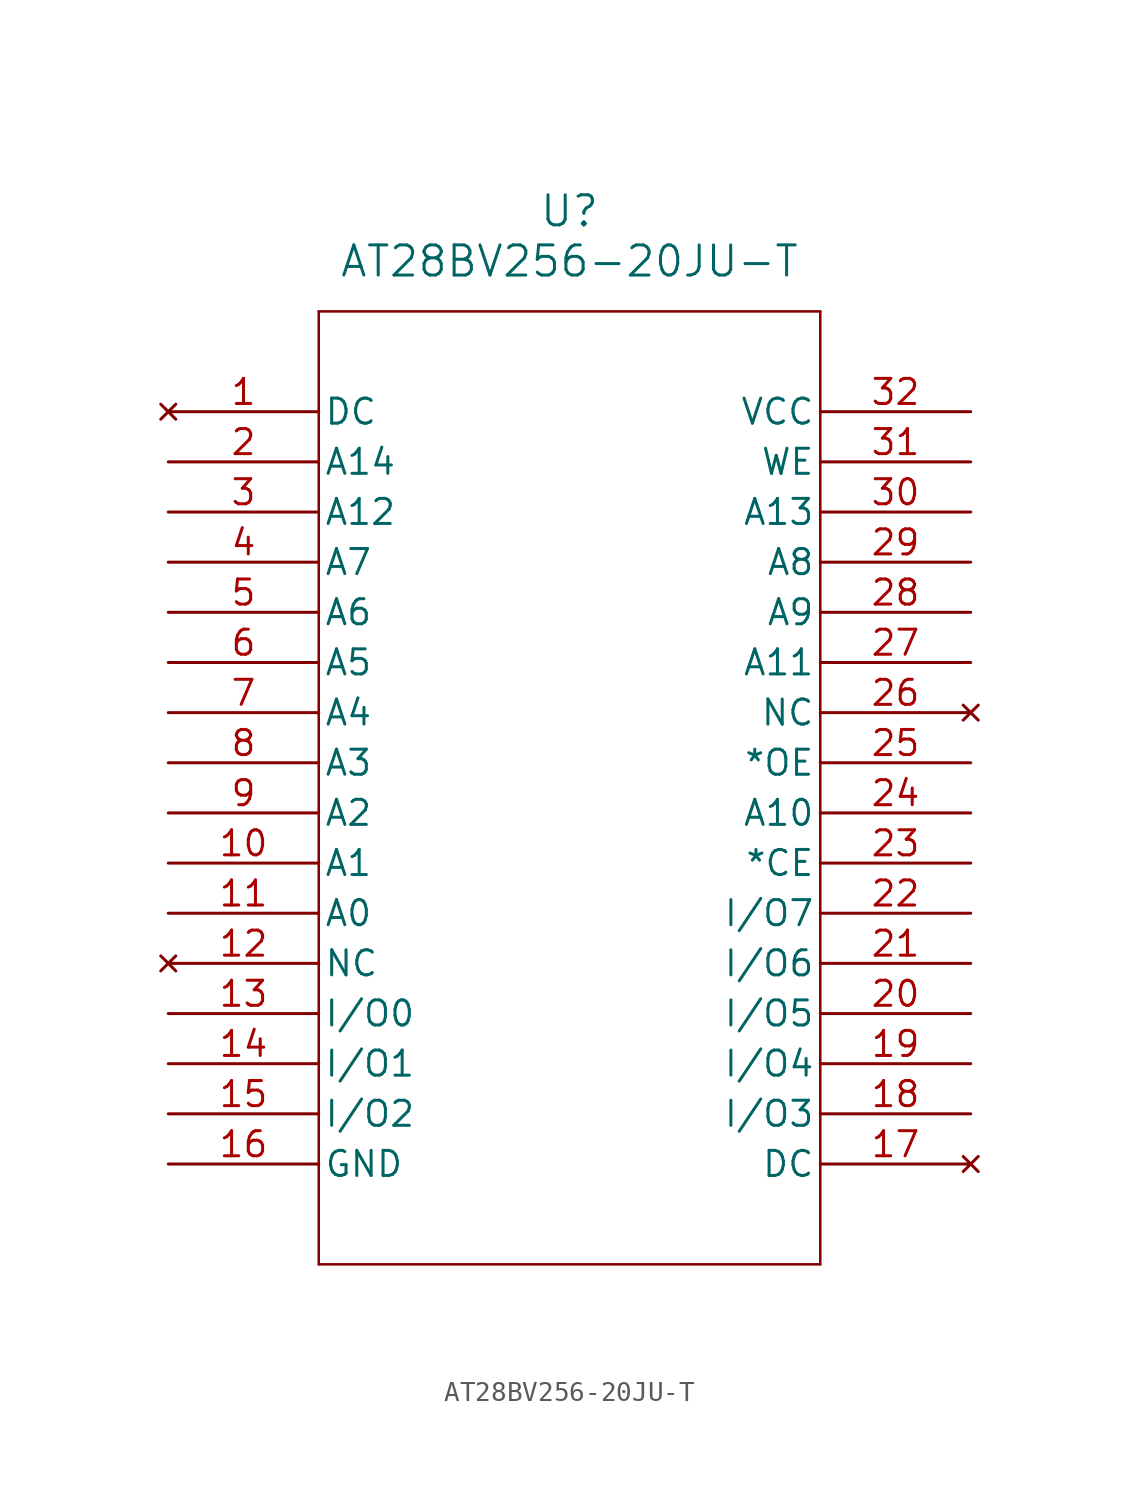
<source format=kicad_sym>
(kicad_symbol_lib
  (version 20211014)
  (generator kicad_symbol_editor)
  (symbol "AT28BV256-20JU-T"
    (pin_names
      (offset 0.254))
    (property "Reference" "U"
      (at 20.32 10.16 0)
      (effects (font (size 1.524 1.524))))
    (property "Value" "AT28BV256-20JU-T"
      (at 20.32 7.62 0)
      (effects (font (size 1.524 1.524))))
    (symbol "AT28BV256-20JU-T_0_1"
      (polyline (pts (xy 7.62 5.08) (xy 7.62 -43.18)) (stroke (width 0.127) (type default) (color 0 0 0 0)) (fill (type none)))
      (polyline (pts (xy 7.62 -43.18) (xy 33.02 -43.18)) (stroke (width 0.127) (type default) (color 0 0 0 0)) (fill (type none)))
      (polyline (pts (xy 33.02 -43.18) (xy 33.02 5.08)) (stroke (width 0.127) (type default) (color 0 0 0 0)) (fill (type none)))
      (polyline (pts (xy 33.02 5.08) (xy 7.62 5.08)) (stroke (width 0.127) (type default) (color 0 0 0 0)) (fill (type none)))
      (pin no_connect line (at 0 0 0) (length 7.62) (name "DC" (effects (font (size 1.27 1.27)))) (number "1" (effects (font (size 1.27 1.27)))))
      (pin bidirectional line (at 0 -2.54 0) (length 7.62) (name "A14" (effects (font (size 1.27 1.27)))) (number "2" (effects (font (size 1.27 1.27)))))
      (pin bidirectional line (at 0 -5.08 0) (length 7.62) (name "A12" (effects (font (size 1.27 1.27)))) (number "3" (effects (font (size 1.27 1.27)))))
      (pin bidirectional line (at 0 -7.62 0) (length 7.62) (name "A7" (effects (font (size 1.27 1.27)))) (number "4" (effects (font (size 1.27 1.27)))))
      (pin bidirectional line (at 0 -10.16 0) (length 7.62) (name "A6" (effects (font (size 1.27 1.27)))) (number "5" (effects (font (size 1.27 1.27)))))
      (pin bidirectional line (at 0 -12.7 0) (length 7.62) (name "A5" (effects (font (size 1.27 1.27)))) (number "6" (effects (font (size 1.27 1.27)))))
      (pin bidirectional line (at 0 -15.24 0) (length 7.62) (name "A4" (effects (font (size 1.27 1.27)))) (number "7" (effects (font (size 1.27 1.27)))))
      (pin bidirectional line (at 0 -17.78 0) (length 7.62) (name "A3" (effects (font (size 1.27 1.27)))) (number "8" (effects (font (size 1.27 1.27)))))
      (pin bidirectional line (at 0 -20.32 0) (length 7.62) (name "A2" (effects (font (size 1.27 1.27)))) (number "9" (effects (font (size 1.27 1.27)))))
      (pin bidirectional line (at 0 -22.86 0) (length 7.62) (name "A1" (effects (font (size 1.27 1.27)))) (number "10" (effects (font (size 1.27 1.27)))))
      (pin bidirectional line (at 0 -25.4 0) (length 7.62) (name "A0" (effects (font (size 1.27 1.27)))) (number "11" (effects (font (size 1.27 1.27)))))
      (pin no_connect line (at 0 -27.94 0) (length 7.62) (name "NC" (effects (font (size 1.27 1.27)))) (number "12" (effects (font (size 1.27 1.27)))))
      (pin bidirectional line (at 0 -30.48 0) (length 7.62) (name "I/O0" (effects (font (size 1.27 1.27)))) (number "13" (effects (font (size 1.27 1.27)))))
      (pin bidirectional line (at 0 -33.02 0) (length 7.62) (name "I/O1" (effects (font (size 1.27 1.27)))) (number "14" (effects (font (size 1.27 1.27)))))
      (pin bidirectional line (at 0 -35.56 0) (length 7.62) (name "I/O2" (effects (font (size 1.27 1.27)))) (number "15" (effects (font (size 1.27 1.27)))))
      (pin power_out line (at 0 -38.1 0) (length 7.62) (name "GND" (effects (font (size 1.27 1.27)))) (number "16" (effects (font (size 1.27 1.27)))))
      (pin no_connect line (at 40.64 -38.1 180) (length 7.62) (name "DC" (effects (font (size 1.27 1.27)))) (number "17" (effects (font (size 1.27 1.27)))))
      (pin bidirectional line (at 40.64 -35.56 180) (length 7.62) (name "I/O3" (effects (font (size 1.27 1.27)))) (number "18" (effects (font (size 1.27 1.27)))))
      (pin bidirectional line (at 40.64 -33.02 180) (length 7.62) (name "I/O4" (effects (font (size 1.27 1.27)))) (number "19" (effects (font (size 1.27 1.27)))))
      (pin bidirectional line (at 40.64 -30.48 180) (length 7.62) (name "I/O5" (effects (font (size 1.27 1.27)))) (number "20" (effects (font (size 1.27 1.27)))))
      (pin bidirectional line (at 40.64 -27.94 180) (length 7.62) (name "I/O6" (effects (font (size 1.27 1.27)))) (number "21" (effects (font (size 1.27 1.27)))))
      (pin bidirectional line (at 40.64 -25.4 180) (length 7.62) (name "I/O7" (effects (font (size 1.27 1.27)))) (number "22" (effects (font (size 1.27 1.27)))))
      (pin unspecified line (at 40.64 -22.86 180) (length 7.62) (name "*CE" (effects (font (size 1.27 1.27)))) (number "23" (effects (font (size 1.27 1.27)))))
      (pin bidirectional line (at 40.64 -20.32 180) (length 7.62) (name "A10" (effects (font (size 1.27 1.27)))) (number "24" (effects (font (size 1.27 1.27)))))
      (pin output line (at 40.64 -17.78 180) (length 7.62) (name "*OE" (effects (font (size 1.27 1.27)))) (number "25" (effects (font (size 1.27 1.27)))))
      (pin no_connect line (at 40.64 -15.24 180) (length 7.62) (name "NC" (effects (font (size 1.27 1.27)))) (number "26" (effects (font (size 1.27 1.27)))))
      (pin bidirectional line (at 40.64 -12.7 180) (length 7.62) (name "A11" (effects (font (size 1.27 1.27)))) (number "27" (effects (font (size 1.27 1.27)))))
      (pin bidirectional line (at 40.64 -10.16 180) (length 7.62) (name "A9" (effects (font (size 1.27 1.27)))) (number "28" (effects (font (size 1.27 1.27)))))
      (pin bidirectional line (at 40.64 -7.62 180) (length 7.62) (name "A8" (effects (font (size 1.27 1.27)))) (number "29" (effects (font (size 1.27 1.27)))))
      (pin bidirectional line (at 40.64 -5.08 180) (length 7.62) (name "A13" (effects (font (size 1.27 1.27)))) (number "30" (effects (font (size 1.27 1.27)))))
      (pin unspecified line (at 40.64 -2.54 180) (length 7.62) (name "WE" (effects (font (size 1.27 1.27)))) (number "31" (effects (font (size 1.27 1.27)))))
      (pin power_in line (at 40.64 0 180) (length 7.62) (name "VCC" (effects (font (size 1.27 1.27)))) (number "32" (effects (font (size 1.27 1.27))))))))
</source>
